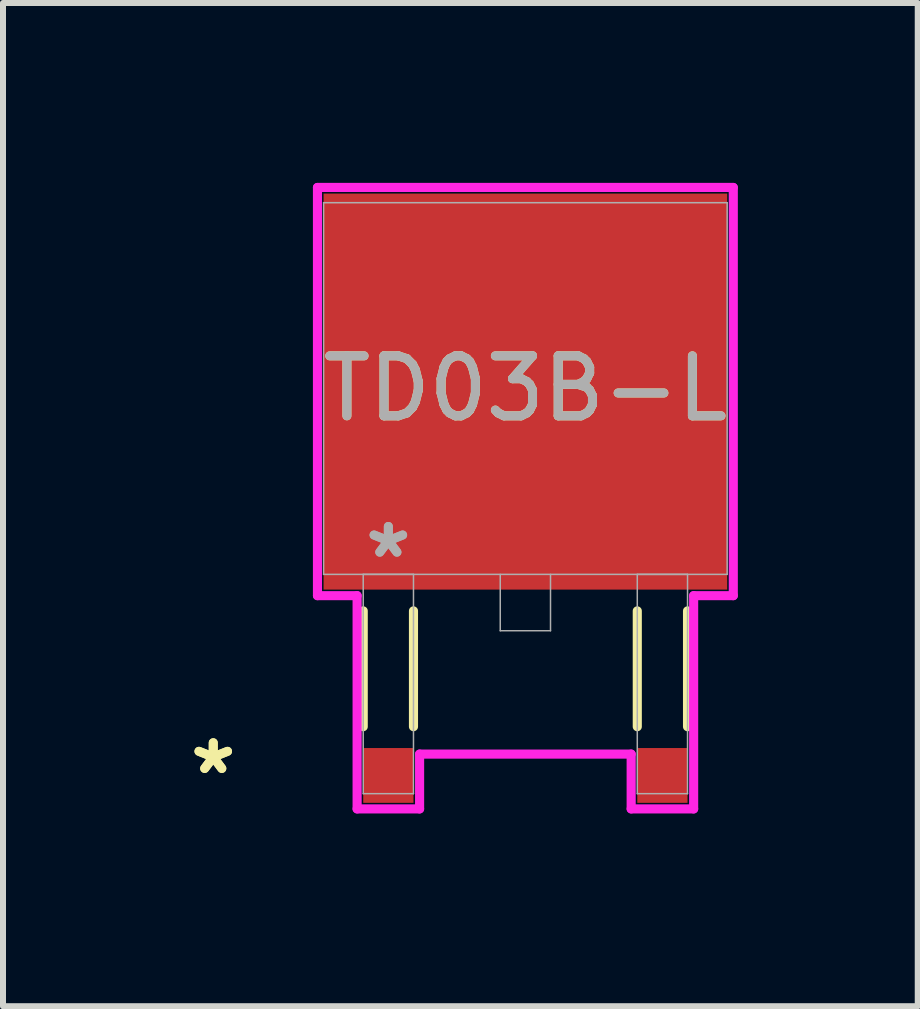
<source format=kicad_pcb>
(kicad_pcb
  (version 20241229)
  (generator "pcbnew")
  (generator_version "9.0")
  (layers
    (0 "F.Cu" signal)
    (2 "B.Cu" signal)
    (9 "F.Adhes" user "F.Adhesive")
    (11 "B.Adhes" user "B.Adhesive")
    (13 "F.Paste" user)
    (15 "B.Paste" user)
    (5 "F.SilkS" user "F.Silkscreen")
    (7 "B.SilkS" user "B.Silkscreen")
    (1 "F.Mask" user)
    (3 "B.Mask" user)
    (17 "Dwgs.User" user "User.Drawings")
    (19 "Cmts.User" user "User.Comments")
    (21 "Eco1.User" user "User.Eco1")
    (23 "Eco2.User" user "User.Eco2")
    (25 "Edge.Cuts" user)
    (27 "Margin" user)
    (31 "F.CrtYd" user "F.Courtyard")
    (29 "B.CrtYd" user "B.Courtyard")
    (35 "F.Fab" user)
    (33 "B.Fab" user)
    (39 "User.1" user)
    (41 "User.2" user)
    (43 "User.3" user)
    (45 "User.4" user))
  (footprint "TD03B-L"
    (layer "F.Cu")
    (at 5.711 3.429)
    (property "Reference" "TD03B-L" (at 0 0 0) (unlocked yes) (layer "F.SilkS") (effects (font (size 1 1) (thickness 0.15))))
    (attr smd)
    (fp_line (start -2.704 3.708) (end -2.704 5.639) (stroke (width 0.152) (type solid)) (layer "F.SilkS"))
    (fp_line (start -1.866 3.708) (end -1.866 5.639) (stroke (width 0.152) (type solid)) (layer "F.SilkS"))
    (fp_line (start 1.866 3.708) (end 1.866 5.639) (stroke (width 0.152) (type solid)) (layer "F.SilkS"))
    (fp_line (start 2.704 3.708) (end 2.704 5.639) (stroke (width 0.152) (type solid)) (layer "F.SilkS"))
    (fp_line (start -3.467 -3.353) (end 3.467 -3.353) (stroke (width 0.152) (type solid)) (layer "F.CrtYd"))
    (fp_line (start -3.467 3.454) (end -3.467 -3.353) (stroke (width 0.152) (type solid)) (layer "F.CrtYd"))
    (fp_line (start -2.806 3.454) (end -3.467 3.454) (stroke (width 0.152) (type solid)) (layer "F.CrtYd"))
    (fp_line (start -2.806 7.01) (end -2.806 3.454) (stroke (width 0.152) (type solid)) (layer "F.CrtYd"))
    (fp_line (start -1.764 6.096) (end -1.764 7.01) (stroke (width 0.152) (type solid)) (layer "F.CrtYd"))
    (fp_line (start -1.764 7.01) (end -2.806 7.01) (stroke (width 0.152) (type solid)) (layer "F.CrtYd"))
    (fp_line (start 1.764 6.096) (end -1.764 6.096) (stroke (width 0.152) (type solid)) (layer "F.CrtYd"))
    (fp_line (start 1.764 7.01) (end 1.764 6.096) (stroke (width 0.152) (type solid)) (layer "F.CrtYd"))
    (fp_line (start 2.806 3.454) (end 2.806 7.01) (stroke (width 0.152) (type solid)) (layer "F.CrtYd"))
    (fp_line (start 2.806 7.01) (end 1.764 7.01) (stroke (width 0.152) (type solid)) (layer "F.CrtYd"))
    (fp_line (start 3.467 -3.353) (end 3.467 3.454) (stroke (width 0.152) (type solid)) (layer "F.CrtYd"))
    (fp_line (start 3.467 3.454) (end 2.806 3.454) (stroke (width 0.152) (type solid)) (layer "F.CrtYd"))
    (fp_line (start -3.365 -3.099) (end -3.365 3.099) (stroke (width 0.025) (type solid)) (layer "F.Fab"))
    (fp_line (start -3.365 3.099) (end 3.365 3.099) (stroke (width 0.025) (type solid)) (layer "F.Fab"))
    (fp_line (start -2.704 3.099) (end -2.704 6.756) (stroke (width 0.025) (type solid)) (layer "F.Fab"))
    (fp_line (start -2.704 6.756) (end -1.866 6.756) (stroke (width 0.025) (type solid)) (layer "F.Fab"))
    (fp_line (start -1.866 3.099) (end -2.704 3.099) (stroke (width 0.025) (type solid)) (layer "F.Fab"))
    (fp_line (start -1.866 6.756) (end -1.866 3.099) (stroke (width 0.025) (type solid)) (layer "F.Fab"))
    (fp_line (start -0.419 3.099) (end -0.419 4.039) (stroke (width 0.025) (type solid)) (layer "F.Fab"))
    (fp_line (start -0.419 4.039) (end 0.419 4.039) (stroke (width 0.025) (type solid)) (layer "F.Fab"))
    (fp_line (start 0.419 4.039) (end 0.419 3.099) (stroke (width 0.025) (type solid)) (layer "F.Fab"))
    (fp_line (start 1.866 3.099) (end 1.866 6.756) (stroke (width 0.025) (type solid)) (layer "F.Fab"))
    (fp_line (start 1.866 6.756) (end 2.704 6.756) (stroke (width 0.025) (type solid)) (layer "F.Fab"))
    (fp_line (start 2.704 3.099) (end 1.866 3.099) (stroke (width 0.025) (type solid)) (layer "F.Fab"))
    (fp_line (start 2.704 6.756) (end 2.704 3.099) (stroke (width 0.025) (type solid)) (layer "F.Fab"))
    (fp_line (start 3.365 -3.099) (end -3.365 -3.099) (stroke (width 0.025) (type solid)) (layer "F.Fab"))
    (fp_line (start 3.365 3.099) (end 3.365 -3.099) (stroke (width 0.025) (type solid)) (layer "F.Fab"))
    (fp_text user "*" (at -5.205 6.452 0) (layer "F.SilkS") (effects (font (size 1 1) (thickness 0.15))))
    (fp_text user "*" (at -5.205 6.452 0) (unlocked yes) (layer "F.SilkS") (effects (font (size 1 1) (thickness 0.15))))
    (fp_text user "${REFERENCE}" (at 0 0 0) (unlocked yes) (layer "F.Fab") (effects (font (size 1 1) (thickness 0.15))))
    (fp_text user "*" (at -2.285 2.845 0) (unlocked yes) (layer "F.Fab") (effects (font (size 1 1) (thickness 0.15))))
    (fp_text user "*" (at -2.285 2.845 0) (layer "F.Fab") (effects (font (size 1 1) (thickness 0.15))))
    (pad "1" smd rect (at -2.285 6.452) (size 0.838 0.914) (layers "F.Cu" "F.Mask" "F.Paste"))
    (pad "2" smd rect (at 0 0.051) (size 6.731 6.604) (layers "F.Cu" "F.Mask" "F.Paste"))
    (pad "3" smd rect (at 2.285 6.452) (size 0.838 0.914) (layers "F.Cu" "F.Mask" "F.Paste")))
  (gr_rect
    (start -3 -3)
    (end 12.254 13.729)
    (stroke (width 0.1) (type default))
    (fill no)
    (layer "Edge.Cuts")))
</source>
